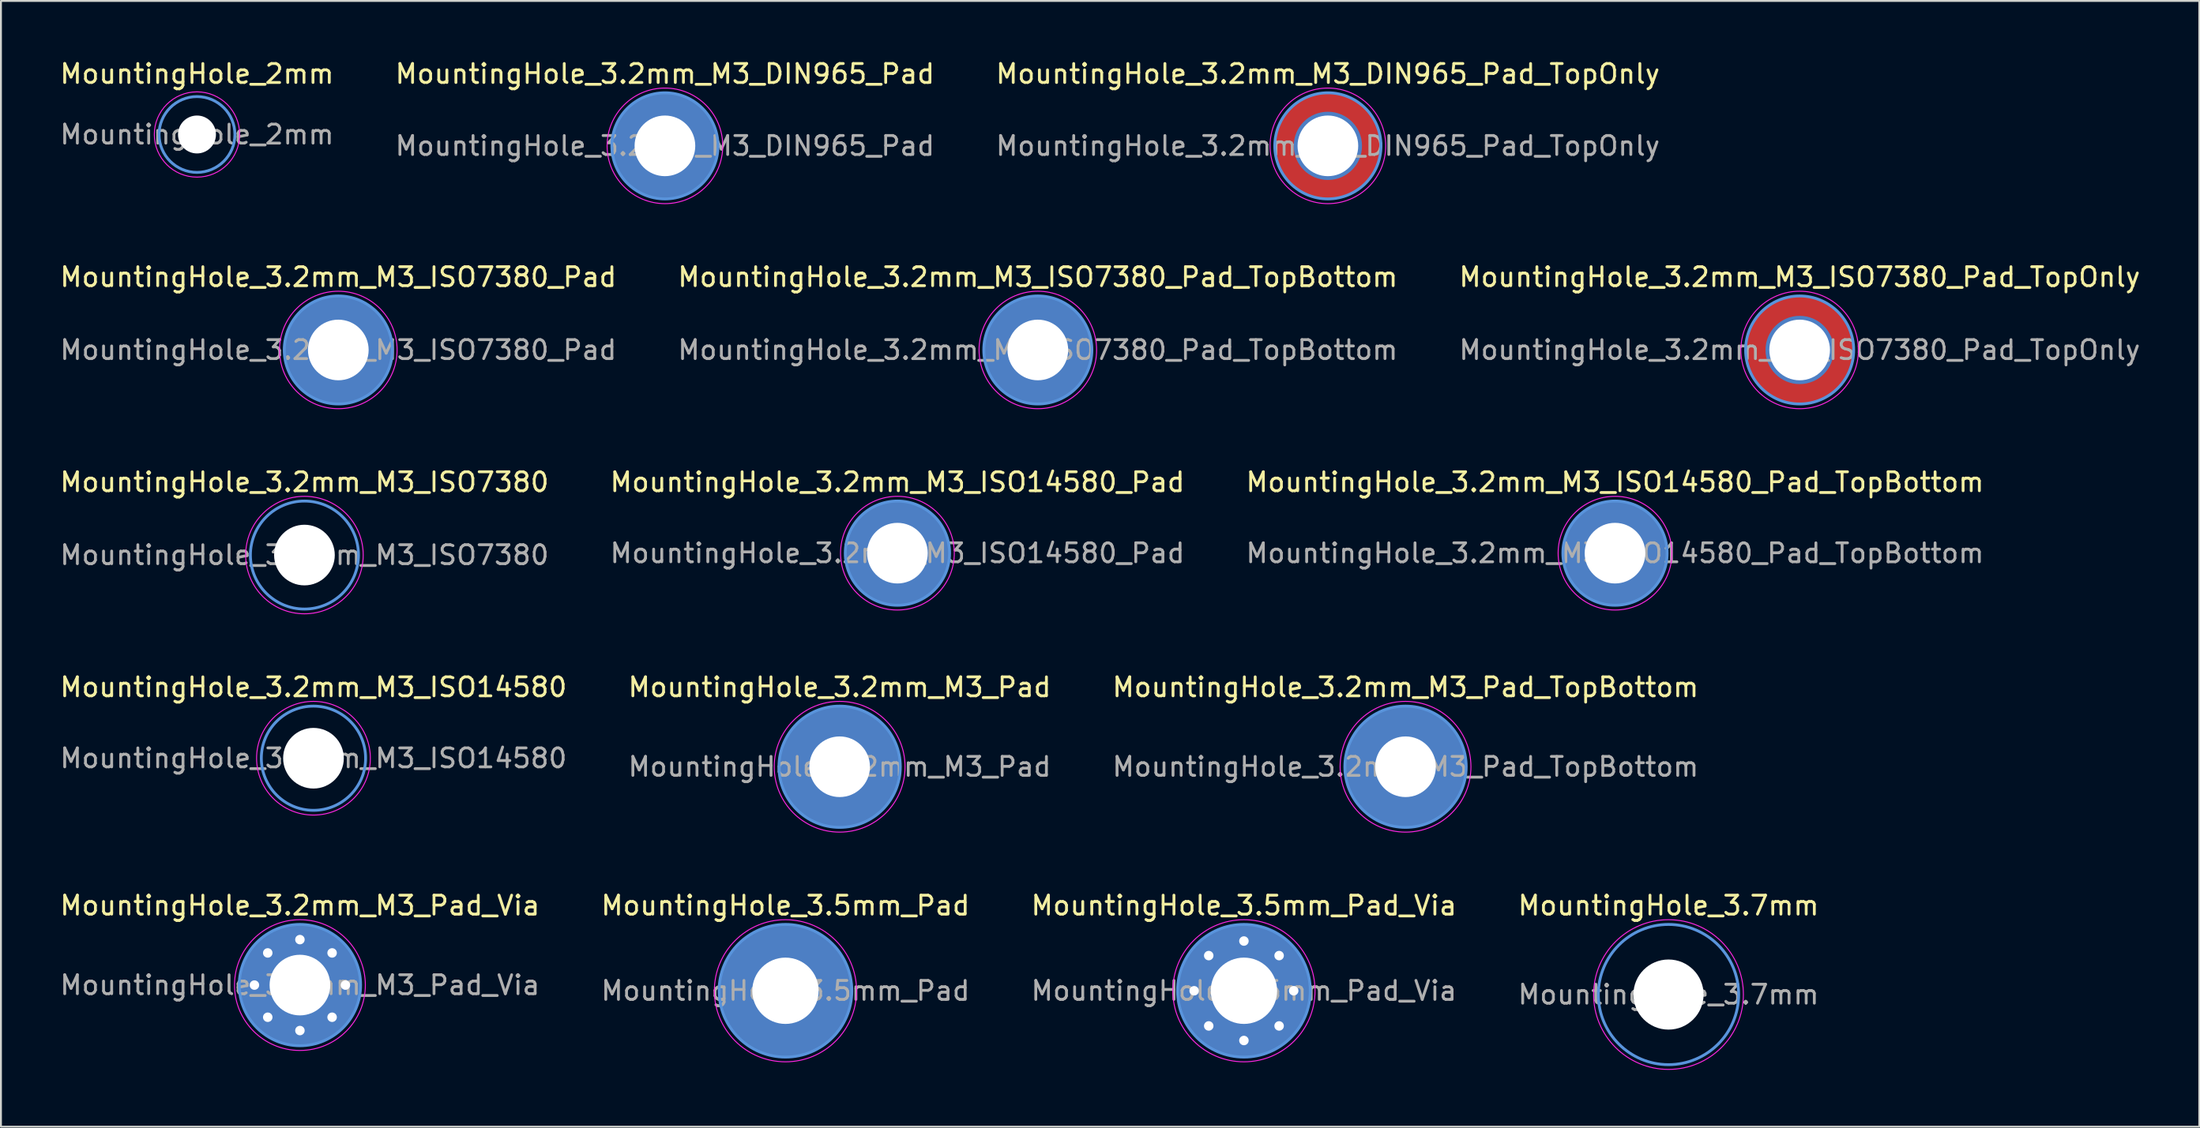
<source format=kicad_pcb>
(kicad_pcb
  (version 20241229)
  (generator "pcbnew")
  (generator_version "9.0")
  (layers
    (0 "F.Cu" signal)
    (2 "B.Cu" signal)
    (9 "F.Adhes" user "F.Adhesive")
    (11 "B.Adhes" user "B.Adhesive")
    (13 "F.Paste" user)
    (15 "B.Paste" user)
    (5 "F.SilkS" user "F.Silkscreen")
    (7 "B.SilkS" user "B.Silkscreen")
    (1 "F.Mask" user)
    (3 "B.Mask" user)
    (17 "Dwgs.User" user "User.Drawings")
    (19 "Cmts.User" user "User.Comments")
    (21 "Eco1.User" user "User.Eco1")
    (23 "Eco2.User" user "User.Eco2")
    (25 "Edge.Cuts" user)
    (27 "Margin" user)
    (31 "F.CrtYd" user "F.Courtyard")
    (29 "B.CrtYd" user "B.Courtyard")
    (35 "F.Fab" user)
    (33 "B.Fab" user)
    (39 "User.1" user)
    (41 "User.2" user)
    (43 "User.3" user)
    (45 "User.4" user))
  (footprint "MountingHole_3.7mm"
    (layer "F.Cu")
    (at 84.946 49.441)
    (property "Reference" "MountingHole_3.7mm" (at 0 -4.7 0) (layer "F.SilkS") (effects (font (size 1 1) (thickness 0.15))))
    (attr exclude_from_pos_files exclude_from_bom)
    (fp_circle (center 0 0) (end 3.7 0) (stroke (width 0.15) (type solid)) (fill no) (layer "Cmts.User"))
    (fp_circle (center 0 0) (end 3.95 0) (stroke (width 0.05) (type solid)) (fill no) (layer "F.CrtYd"))
    (fp_text user "${REFERENCE}" (at 0 0 0) (layer "F.Fab") (effects (font (size 1 1) (thickness 0.15))))
    (pad "" np_thru_hole circle (at 0 0) (size 3.7 3.7) (drill 3.7) (layers "*.Cu" "*.Mask")))
  (footprint "MountingHole_3.2mm_M3_ISO7380_Pad_TopOnly"
    (layer "F.Cu")
    (at 91.863 15.421)
    (property "Reference" "MountingHole_3.2mm_M3_ISO7380_Pad_TopOnly" (at 0 -3.85 0) (layer "F.SilkS") (effects (font (size 1 1) (thickness 0.15))))
    (attr exclude_from_pos_files exclude_from_bom)
    (fp_circle (center 0 0) (end 2.85 0) (stroke (width 0.15) (type solid)) (fill no) (layer "Cmts.User"))
    (fp_circle (center 0 0) (end 3.1 0) (stroke (width 0.05) (type solid)) (fill no) (layer "F.CrtYd"))
    (fp_text user "${REFERENCE}" (at 0 0 0) (layer "F.Fab") (effects (font (size 1 1) (thickness 0.15))))
    (pad "1" thru_hole circle (at 0 0) (size 3.6 3.6) (drill 3.2) (layers "*.Cu" "*.Mask"))
    (pad "1" connect circle (at 0 0) (size 5.7 5.7) (layers "F.Cu" "F.Mask")))
  (footprint "MountingHole_3.5mm_Pad_Via"
    (layer "F.Cu")
    (at 62.554 49.241)
    (property "Reference" "MountingHole_3.5mm_Pad_Via" (at 0 -4.5 0) (layer "F.SilkS") (effects (font (size 1 1) (thickness 0.15))))
    (attr exclude_from_pos_files exclude_from_bom)
    (fp_circle (center 0 0) (end 3.5 0) (stroke (width 0.15) (type solid)) (fill no) (layer "Cmts.User"))
    (fp_circle (center 0 0) (end 3.75 0) (stroke (width 0.05) (type solid)) (fill no) (layer "F.CrtYd"))
    (fp_text user "${REFERENCE}" (at 0 0 0) (layer "F.Fab") (effects (font (size 1 1) (thickness 0.15))))
    (pad "1" thru_hole circle (at -2.625 0) (size 0.8 0.8) (drill 0.5) (layers "*.Cu" "*.Mask"))
    (pad "1" thru_hole circle (at -1.856 -1.856) (size 0.8 0.8) (drill 0.5) (layers "*.Cu" "*.Mask"))
    (pad "1" thru_hole circle (at -1.856 1.856) (size 0.8 0.8) (drill 0.5) (layers "*.Cu" "*.Mask"))
    (pad "1" thru_hole circle (at 0 -2.625) (size 0.8 0.8) (drill 0.5) (layers "*.Cu" "*.Mask"))
    (pad "1" thru_hole circle (at 0 0) (size 7 7) (drill 3.5) (layers "*.Cu" "*.Mask"))
    (pad "1" thru_hole circle (at 0 2.625) (size 0.8 0.8) (drill 0.5) (layers "*.Cu" "*.Mask"))
    (pad "1" thru_hole circle (at 1.856 -1.856) (size 0.8 0.8) (drill 0.5) (layers "*.Cu" "*.Mask"))
    (pad "1" thru_hole circle (at 1.856 1.856) (size 0.8 0.8) (drill 0.5) (layers "*.Cu" "*.Mask"))
    (pad "1" thru_hole circle (at 2.625 0) (size 0.8 0.8) (drill 0.5) (layers "*.Cu" "*.Mask")))
  (footprint "MountingHole_3.2mm_M3_Pad"
    (layer "F.Cu")
    (at 41.232 37.418)
    (property "Reference" "MountingHole_3.2mm_M3_Pad" (at 0 -4.2 0) (layer "F.SilkS") (effects (font (size 1 1) (thickness 0.15))))
    (attr exclude_from_pos_files exclude_from_bom)
    (fp_circle (center 0 0) (end 3.2 0) (stroke (width 0.15) (type solid)) (fill no) (layer "Cmts.User"))
    (fp_circle (center 0 0) (end 3.45 0) (stroke (width 0.05) (type solid)) (fill no) (layer "F.CrtYd"))
    (fp_text user "${REFERENCE}" (at 0 0 0) (layer "F.Fab") (effects (font (size 1 1) (thickness 0.15))))
    (pad "1" thru_hole circle (at 0 0) (size 6.4 6.4) (drill 3.2) (layers "*.Cu" "*.Mask")))
  (footprint "MountingHole_3.2mm_M3_ISO14580"
    (layer "F.Cu")
    (at 13.482 36.968)
    (property "Reference" "MountingHole_3.2mm_M3_ISO14580" (at 0 -3.75 0) (layer "F.SilkS") (effects (font (size 1 1) (thickness 0.15))))
    (attr exclude_from_pos_files exclude_from_bom)
    (fp_circle (center 0 0) (end 2.75 0) (stroke (width 0.15) (type solid)) (fill no) (layer "Cmts.User"))
    (fp_circle (center 0 0) (end 3 0) (stroke (width 0.05) (type solid)) (fill no) (layer "F.CrtYd"))
    (fp_text user "${REFERENCE}" (at 0 0 0) (layer "F.Fab") (effects (font (size 1 1) (thickness 0.15))))
    (pad "" np_thru_hole circle (at 0 0) (size 3.2 3.2) (drill 3.2) (layers "*.Cu" "*.Mask")))
  (footprint "MountingHole_3.2mm_M3_ISO7380_Pad"
    (layer "F.Cu")
    (at 14.792 15.421)
    (property "Reference" "MountingHole_3.2mm_M3_ISO7380_Pad" (at 0 -3.85 0) (layer "F.SilkS") (effects (font (size 1 1) (thickness 0.15))))
    (attr exclude_from_pos_files exclude_from_bom)
    (fp_circle (center 0 0) (end 2.85 0) (stroke (width 0.15) (type solid)) (fill no) (layer "Cmts.User"))
    (fp_circle (center 0 0) (end 3.1 0) (stroke (width 0.05) (type solid)) (fill no) (layer "F.CrtYd"))
    (fp_text user "${REFERENCE}" (at 0 0 0) (layer "F.Fab") (effects (font (size 1 1) (thickness 0.15))))
    (pad "1" thru_hole circle (at 0 0) (size 5.7 5.7) (drill 3.2) (layers "*.Cu" "*.Mask")))
  (footprint "MountingHole_3.2mm_M3_DIN965_Pad_TopOnly"
    (layer "F.Cu")
    (at 66.982 4.648)
    (property "Reference" "MountingHole_3.2mm_M3_DIN965_Pad_TopOnly" (at 0 -3.8 0) (layer "F.SilkS") (effects (font (size 1 1) (thickness 0.15))))
    (attr exclude_from_pos_files exclude_from_bom)
    (fp_circle (center 0 0) (end 2.8 0) (stroke (width 0.15) (type solid)) (fill no) (layer "Cmts.User"))
    (fp_circle (center 0 0) (end 3.05 0) (stroke (width 0.05) (type solid)) (fill no) (layer "F.CrtYd"))
    (fp_text user "${REFERENCE}" (at 0 0 0) (layer "F.Fab") (effects (font (size 1 1) (thickness 0.15))))
    (pad "1" thru_hole circle (at 0 0) (size 3.6 3.6) (drill 3.2) (layers "*.Cu" "*.Mask"))
    (pad "1" connect circle (at 0 0) (size 5.6 5.6) (layers "F.Cu" "F.Mask")))
  (footprint "MountingHole_3.5mm_Pad"
    (layer "F.Cu")
    (at 38.375 49.241)
    (property "Reference" "MountingHole_3.5mm_Pad" (at 0 -4.5 0) (layer "F.SilkS") (effects (font (size 1 1) (thickness 0.15))))
    (attr exclude_from_pos_files exclude_from_bom)
    (fp_circle (center 0 0) (end 3.5 0) (stroke (width 0.15) (type solid)) (fill no) (layer "Cmts.User"))
    (fp_circle (center 0 0) (end 3.75 0) (stroke (width 0.05) (type solid)) (fill no) (layer "F.CrtYd"))
    (fp_text user "${REFERENCE}" (at 0 0 0) (layer "F.Fab") (effects (font (size 1 1) (thickness 0.15))))
    (pad "1" thru_hole circle (at 0 0) (size 7 7) (drill 3.5) (layers "*.Cu" "*.Mask")))
  (footprint "MountingHole_3.2mm_M3_Pad_Via"
    (layer "F.Cu")
    (at 12.768 48.941)
    (property "Reference" "MountingHole_3.2mm_M3_Pad_Via" (at 0 -4.2 0) (layer "F.SilkS") (effects (font (size 1 1) (thickness 0.15))))
    (attr exclude_from_pos_files exclude_from_bom)
    (fp_circle (center 0 0) (end 3.2 0) (stroke (width 0.15) (type solid)) (fill no) (layer "Cmts.User"))
    (fp_circle (center 0 0) (end 3.45 0) (stroke (width 0.05) (type solid)) (fill no) (layer "F.CrtYd"))
    (fp_text user "${REFERENCE}" (at 0 0 0) (layer "F.Fab") (effects (font (size 1 1) (thickness 0.15))))
    (pad "1" thru_hole circle (at -2.4 0) (size 0.8 0.8) (drill 0.5) (layers "*.Cu" "*.Mask"))
    (pad "1" thru_hole circle (at -1.697 -1.697) (size 0.8 0.8) (drill 0.5) (layers "*.Cu" "*.Mask"))
    (pad "1" thru_hole circle (at -1.697 1.697) (size 0.8 0.8) (drill 0.5) (layers "*.Cu" "*.Mask"))
    (pad "1" thru_hole circle (at 0 -2.4) (size 0.8 0.8) (drill 0.5) (layers "*.Cu" "*.Mask"))
    (pad "1" thru_hole circle (at 0 0) (size 6.4 6.4) (drill 3.2) (layers "*.Cu" "*.Mask"))
    (pad "1" thru_hole circle (at 0 2.4) (size 0.8 0.8) (drill 0.5) (layers "*.Cu" "*.Mask"))
    (pad "1" thru_hole circle (at 1.697 -1.697) (size 0.8 0.8) (drill 0.5) (layers "*.Cu" "*.Mask"))
    (pad "1" thru_hole circle (at 1.697 1.697) (size 0.8 0.8) (drill 0.5) (layers "*.Cu" "*.Mask"))
    (pad "1" thru_hole circle (at 2.4 0) (size 0.8 0.8) (drill 0.5) (layers "*.Cu" "*.Mask")))
  (footprint "MountingHole_2mm"
    (layer "F.Cu")
    (at 7.339 4.048)
    (property "Reference" "MountingHole_2mm" (at 0 -3.2 0) (layer "F.SilkS") (effects (font (size 1 1) (thickness 0.15))))
    (attr exclude_from_pos_files exclude_from_bom)
    (fp_circle (center 0 0) (end 2 0) (stroke (width 0.15) (type solid)) (fill no) (layer "Cmts.User"))
    (fp_circle (center 0 0) (end 2.25 0) (stroke (width 0.05) (type solid)) (fill no) (layer "F.CrtYd"))
    (fp_text user "${REFERENCE}" (at 0 0 0) (layer "F.Fab") (effects (font (size 1 1) (thickness 0.15))))
    (pad "" np_thru_hole circle (at 0 0) (size 2 2) (drill 2) (layers "*.Cu" "*.Mask")))
  (footprint "MountingHole_3.2mm_M3_ISO14580_Pad_TopBottom"
    (layer "F.Cu")
    (at 82.125 26.145)
    (property "Reference" "MountingHole_3.2mm_M3_ISO14580_Pad_TopBottom" (at 0 -3.75 0) (layer "F.SilkS") (effects (font (size 1 1) (thickness 0.15))))
    (attr exclude_from_pos_files exclude_from_bom)
    (fp_circle (center 0 0) (end 2.75 0) (stroke (width 0.15) (type solid)) (fill no) (layer "Cmts.User"))
    (fp_circle (center 0 0) (end 3 0) (stroke (width 0.05) (type solid)) (fill no) (layer "F.CrtYd"))
    (fp_text user "${REFERENCE}" (at 0 0 0) (layer "F.Fab") (effects (font (size 1 1) (thickness 0.15))))
    (pad "1" thru_hole circle (at 0 0) (size 3.6 3.6) (drill 3.2) (layers "*.Cu" "*.Mask"))
    (pad "1" connect circle (at 0 0) (size 5.5 5.5) (layers "F.Cu" "F.Mask"))
    (pad "1" connect circle (at 0 0) (size 5.5 5.5) (layers "B.Cu" "B.Mask")))
  (footprint "MountingHole_3.2mm_M3_Pad_TopBottom"
    (layer "F.Cu")
    (at 71.077 37.418)
    (property "Reference" "MountingHole_3.2mm_M3_Pad_TopBottom" (at 0 -4.2 0) (layer "F.SilkS") (effects (font (size 1 1) (thickness 0.15))))
    (attr exclude_from_pos_files exclude_from_bom)
    (fp_circle (center 0 0) (end 3.2 0) (stroke (width 0.15) (type solid)) (fill no) (layer "Cmts.User"))
    (fp_circle (center 0 0) (end 3.45 0) (stroke (width 0.05) (type solid)) (fill no) (layer "F.CrtYd"))
    (fp_text user "${REFERENCE}" (at 0 0 0) (layer "F.Fab") (effects (font (size 1 1) (thickness 0.15))))
    (pad "1" thru_hole circle (at 0 0) (size 3.6 3.6) (drill 3.2) (layers "*.Cu" "*.Mask"))
    (pad "1" connect circle (at 0 0) (size 6.4 6.4) (layers "F.Cu" "F.Mask"))
    (pad "1" connect circle (at 0 0) (size 6.4 6.4) (layers "B.Cu" "B.Mask")))
  (footprint "MountingHole_3.2mm_M3_DIN965_Pad"
    (layer "F.Cu")
    (at 32.018 4.648)
    (property "Reference" "MountingHole_3.2mm_M3_DIN965_Pad" (at 0 -3.8 0) (layer "F.SilkS") (effects (font (size 1 1) (thickness 0.15))))
    (attr exclude_from_pos_files exclude_from_bom)
    (fp_circle (center 0 0) (end 2.8 0) (stroke (width 0.15) (type solid)) (fill no) (layer "Cmts.User"))
    (fp_circle (center 0 0) (end 3.05 0) (stroke (width 0.05) (type solid)) (fill no) (layer "F.CrtYd"))
    (fp_text user "${REFERENCE}" (at 0 0 0) (layer "F.Fab") (effects (font (size 1 1) (thickness 0.15))))
    (pad "1" thru_hole circle (at 0 0) (size 5.6 5.6) (drill 3.2) (layers "*.Cu" "*.Mask")))
  (footprint "MountingHole_3.2mm_M3_ISO14580_Pad"
    (layer "F.Cu")
    (at 44.28 26.145)
    (property "Reference" "MountingHole_3.2mm_M3_ISO14580_Pad" (at 0 -3.75 0) (layer "F.SilkS") (effects (font (size 1 1) (thickness 0.15))))
    (attr exclude_from_pos_files exclude_from_bom)
    (fp_circle (center 0 0) (end 2.75 0) (stroke (width 0.15) (type solid)) (fill no) (layer "Cmts.User"))
    (fp_circle (center 0 0) (end 3 0) (stroke (width 0.05) (type solid)) (fill no) (layer "F.CrtYd"))
    (fp_text user "${REFERENCE}" (at 0 0 0) (layer "F.Fab") (effects (font (size 1 1) (thickness 0.15))))
    (pad "1" thru_hole circle (at 0 0) (size 5.5 5.5) (drill 3.2) (layers "*.Cu" "*.Mask")))
  (footprint "MountingHole_3.2mm_M3_ISO7380"
    (layer "F.Cu")
    (at 13.006 26.245)
    (property "Reference" "MountingHole_3.2mm_M3_ISO7380" (at 0 -3.85 0) (layer "F.SilkS") (effects (font (size 1 1) (thickness 0.15))))
    (attr exclude_from_pos_files exclude_from_bom)
    (fp_circle (center 0 0) (end 2.85 0) (stroke (width 0.15) (type solid)) (fill no) (layer "Cmts.User"))
    (fp_circle (center 0 0) (end 3.1 0) (stroke (width 0.05) (type solid)) (fill no) (layer "F.CrtYd"))
    (fp_text user "${REFERENCE}" (at 0 0 0) (layer "F.Fab") (effects (font (size 1 1) (thickness 0.15))))
    (pad "" np_thru_hole circle (at 0 0) (size 3.2 3.2) (drill 3.2) (layers "*.Cu" "*.Mask")))
  (footprint "MountingHole_3.2mm_M3_ISO7380_Pad_TopBottom"
    (layer "F.Cu")
    (at 51.685 15.421)
    (property "Reference" "MountingHole_3.2mm_M3_ISO7380_Pad_TopBottom" (at 0 -3.85 0) (layer "F.SilkS") (effects (font (size 1 1) (thickness 0.15))))
    (attr exclude_from_pos_files exclude_from_bom)
    (fp_circle (center 0 0) (end 2.85 0) (stroke (width 0.15) (type solid)) (fill no) (layer "Cmts.User"))
    (fp_circle (center 0 0) (end 3.1 0) (stroke (width 0.05) (type solid)) (fill no) (layer "F.CrtYd"))
    (fp_text user "${REFERENCE}" (at 0 0 0) (layer "F.Fab") (effects (font (size 1 1) (thickness 0.15))))
    (pad "1" thru_hole circle (at 0 0) (size 3.6 3.6) (drill 3.2) (layers "*.Cu" "*.Mask"))
    (pad "1" connect circle (at 0 0) (size 5.7 5.7) (layers "F.Cu" "F.Mask"))
    (pad "1" connect circle (at 0 0) (size 5.7 5.7) (layers "B.Cu" "B.Mask")))
  (gr_rect
    (start -3 -3)
    (end 112.94 56.416)
    (stroke (width 0.1) (type default))
    (fill no)
    (layer "Edge.Cuts")))
</source>
